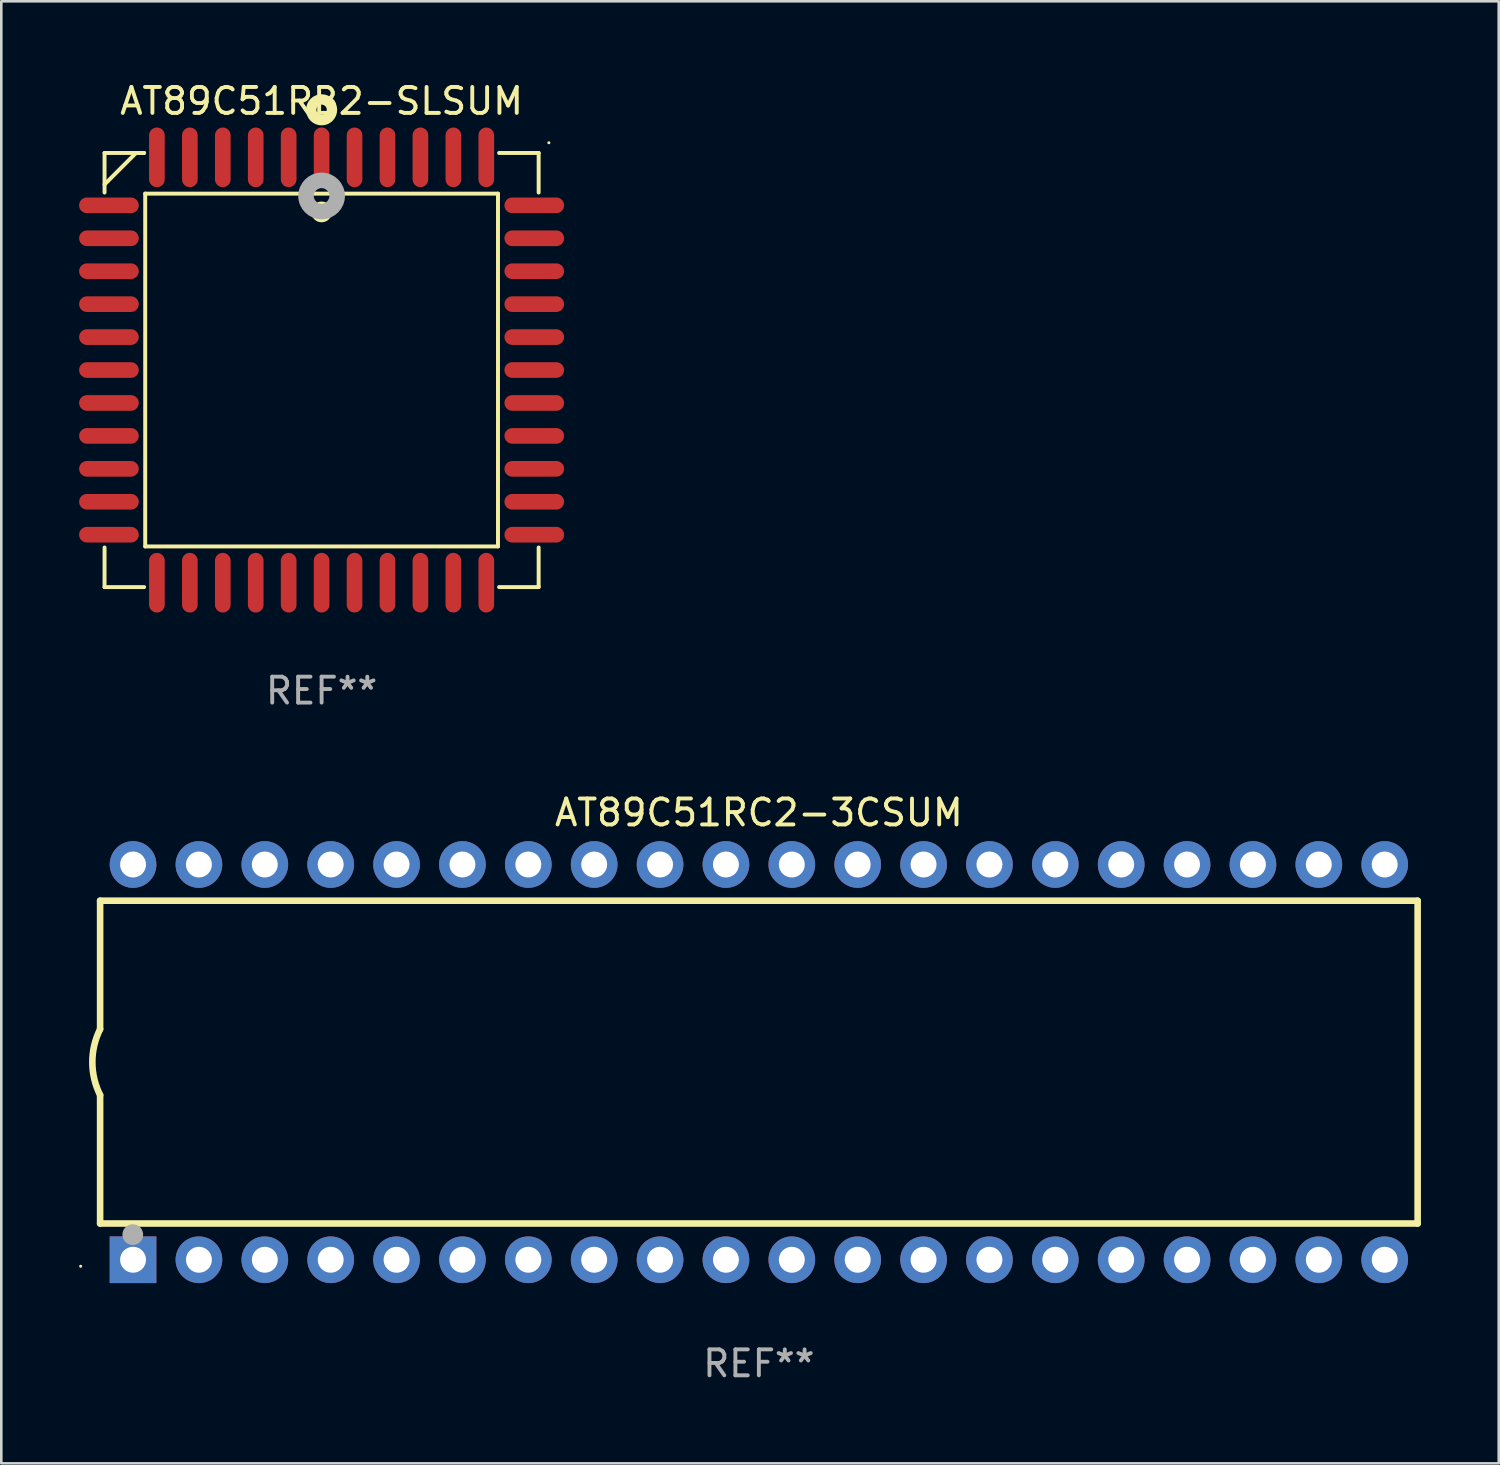
<source format=kicad_pcb>
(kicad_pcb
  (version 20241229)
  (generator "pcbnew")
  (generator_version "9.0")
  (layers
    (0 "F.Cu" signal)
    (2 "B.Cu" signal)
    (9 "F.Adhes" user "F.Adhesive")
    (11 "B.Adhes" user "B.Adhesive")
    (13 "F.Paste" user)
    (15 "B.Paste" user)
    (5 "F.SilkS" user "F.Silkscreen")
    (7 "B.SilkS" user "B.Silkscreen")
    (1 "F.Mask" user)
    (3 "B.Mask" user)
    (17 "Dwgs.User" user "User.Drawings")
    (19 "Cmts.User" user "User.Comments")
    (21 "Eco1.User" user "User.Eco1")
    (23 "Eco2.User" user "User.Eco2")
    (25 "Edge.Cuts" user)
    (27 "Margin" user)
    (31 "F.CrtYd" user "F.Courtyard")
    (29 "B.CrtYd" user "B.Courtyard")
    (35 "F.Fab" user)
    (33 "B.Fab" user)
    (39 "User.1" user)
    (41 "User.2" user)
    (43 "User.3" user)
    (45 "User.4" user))
  (footprint "AT89C51RC2-3CSUM"
    (layer "F.Cu")
    (at 26.21 37.903)
    (property "Reference" "AT89C51RC2-3CSUM" (at 0 -9.62 0) (layer "F.SilkS") (effects (font (size 1 1) (thickness 0.15))))
    (attr through_hole)
    (fp_line (start -25.4 -6.224) (end -25.4 -1.271) (stroke (width 0.254) (type solid)) (layer "F.SilkS"))
    (fp_line (start -25.4 -6.224) (end 25.4 -6.224) (stroke (width 0.254) (type solid)) (layer "F.SilkS"))
    (fp_line (start -25.4 1.269) (end -25.4 6.222) (stroke (width 0.254) (type solid)) (layer "F.SilkS"))
    (fp_line (start -25.4 6.222) (end 25.4 6.222) (stroke (width 0.254) (type solid)) (layer "F.SilkS"))
    (fp_line (start 25.4 6.222) (end 25.4 -6.224) (stroke (width 0.254) (type solid)) (layer "F.SilkS"))
    (fp_arc (start -25.4 1.269241) (mid -25.699807 -0.000762) (end -25.4 -1.270765) (stroke (width 0.254001) (type solid)) (layer "F.SilkS"))
    (fp_circle (center -26.15 7.87) (end -26.12 7.87) (stroke (width 0.06) (type solid)) (fill no) (layer "F.SilkS"))
    (fp_circle (center -24.14 6.65) (end -23.94 6.65) (stroke (width 0.4) (type solid)) (fill no) (layer "F.Fab"))
    (fp_text user "REF**" (at 0 11.62 0) (layer "F.Fab") (effects (font (size 1 1) (thickness 0.15))))
    (pad "1" thru_hole rect (at -24.13 7.62 90) (size 1.8 1.8) (drill 1) (layers "*.Cu" "*.Mask"))
    (pad "2" thru_hole circle (at -21.59 7.62) (size 1.8 1.8) (drill 1) (layers "*.Cu" "*.Mask"))
    (pad "3" thru_hole circle (at -19.05 7.62) (size 1.8 1.8) (drill 1) (layers "*.Cu" "*.Mask"))
    (pad "4" thru_hole circle (at -16.51 7.62) (size 1.8 1.8) (drill 1) (layers "*.Cu" "*.Mask"))
    (pad "5" thru_hole circle (at -13.97 7.62) (size 1.8 1.8) (drill 1) (layers "*.Cu" "*.Mask"))
    (pad "6" thru_hole circle (at -11.43 7.62) (size 1.8 1.8) (drill 1) (layers "*.Cu" "*.Mask"))
    (pad "7" thru_hole circle (at -8.89 7.62) (size 1.8 1.8) (drill 1) (layers "*.Cu" "*.Mask"))
    (pad "8" thru_hole circle (at -6.35 7.62) (size 1.8 1.8) (drill 1) (layers "*.Cu" "*.Mask"))
    (pad "9" thru_hole circle (at -3.81 7.62) (size 1.8 1.8) (drill 1) (layers "*.Cu" "*.Mask"))
    (pad "10" thru_hole circle (at -1.27 7.62) (size 1.8 1.8) (drill 1) (layers "*.Cu" "*.Mask"))
    (pad "11" thru_hole circle (at 1.27 7.62) (size 1.8 1.8) (drill 1) (layers "*.Cu" "*.Mask"))
    (pad "12" thru_hole circle (at 3.81 7.62) (size 1.8 1.8) (drill 1) (layers "*.Cu" "*.Mask"))
    (pad "13" thru_hole circle (at 6.35 7.62) (size 1.8 1.8) (drill 1) (layers "*.Cu" "*.Mask"))
    (pad "14" thru_hole circle (at 8.89 7.62) (size 1.8 1.8) (drill 1) (layers "*.Cu" "*.Mask"))
    (pad "15" thru_hole circle (at 11.43 7.62) (size 1.8 1.8) (drill 1) (layers "*.Cu" "*.Mask"))
    (pad "16" thru_hole circle (at 13.97 7.62) (size 1.8 1.8) (drill 1) (layers "*.Cu" "*.Mask"))
    (pad "17" thru_hole circle (at 16.51 7.62) (size 1.8 1.8) (drill 1) (layers "*.Cu" "*.Mask"))
    (pad "18" thru_hole circle (at 19.05 7.62) (size 1.8 1.8) (drill 1) (layers "*.Cu" "*.Mask"))
    (pad "19" thru_hole circle (at 21.59 7.62) (size 1.8 1.8) (drill 1) (layers "*.Cu" "*.Mask"))
    (pad "20" thru_hole circle (at 24.13 7.62) (size 1.8 1.8) (drill 1) (layers "*.Cu" "*.Mask"))
    (pad "21" thru_hole circle (at 24.13 -7.62) (size 1.8 1.8) (drill 1) (layers "*.Cu" "*.Mask"))
    (pad "22" thru_hole circle (at 21.59 -7.62) (size 1.8 1.8) (drill 1) (layers "*.Cu" "*.Mask"))
    (pad "23" thru_hole circle (at 19.05 -7.62) (size 1.8 1.8) (drill 1) (layers "*.Cu" "*.Mask"))
    (pad "24" thru_hole circle (at 16.51 -7.62) (size 1.8 1.8) (drill 1) (layers "*.Cu" "*.Mask"))
    (pad "25" thru_hole circle (at 13.97 -7.62) (size 1.8 1.8) (drill 1) (layers "*.Cu" "*.Mask"))
    (pad "26" thru_hole circle (at 11.43 -7.62) (size 1.8 1.8) (drill 1) (layers "*.Cu" "*.Mask"))
    (pad "27" thru_hole circle (at 8.89 -7.62) (size 1.8 1.8) (drill 1) (layers "*.Cu" "*.Mask"))
    (pad "28" thru_hole circle (at 6.35 -7.62) (size 1.8 1.8) (drill 1) (layers "*.Cu" "*.Mask"))
    (pad "29" thru_hole circle (at 3.81 -7.62) (size 1.8 1.8) (drill 1) (layers "*.Cu" "*.Mask"))
    (pad "30" thru_hole circle (at 1.27 -7.62) (size 1.8 1.8) (drill 1) (layers "*.Cu" "*.Mask"))
    (pad "31" thru_hole circle (at -1.27 -7.62) (size 1.8 1.8) (drill 1) (layers "*.Cu" "*.Mask"))
    (pad "32" thru_hole circle (at -3.81 -7.62) (size 1.8 1.8) (drill 1) (layers "*.Cu" "*.Mask"))
    (pad "33" thru_hole circle (at -6.35 -7.62) (size 1.8 1.8) (drill 1) (layers "*.Cu" "*.Mask"))
    (pad "34" thru_hole circle (at -8.89 -7.62) (size 1.8 1.8) (drill 1) (layers "*.Cu" "*.Mask"))
    (pad "35" thru_hole circle (at -11.43 -7.62) (size 1.8 1.8) (drill 1) (layers "*.Cu" "*.Mask"))
    (pad "36" thru_hole circle (at -13.97 -7.62) (size 1.8 1.8) (drill 1) (layers "*.Cu" "*.Mask"))
    (pad "37" thru_hole circle (at -16.51 -7.62) (size 1.8 1.8) (drill 1) (layers "*.Cu" "*.Mask"))
    (pad "38" thru_hole circle (at -19.05 -7.62) (size 1.8 1.8) (drill 1) (layers "*.Cu" "*.Mask"))
    (pad "39" thru_hole circle (at -21.59 -7.62) (size 1.8 1.8) (drill 1) (layers "*.Cu" "*.Mask"))
    (pad "40" thru_hole circle (at -24.13 -7.62) (size 1.8 1.8) (drill 1) (layers "*.Cu" "*.Mask")))
  (footprint "AT89C51RB2-SLSUM"
    (layer "F.Cu")
    (at 9.35 11.217)
    (property "Reference" "AT89C51RB2-SLSUM" (at 0 -10.369 0) (layer "F.SilkS") (effects (font (size 1 1) (thickness 0.15))))
    (attr through_hole)
    (fp_line (start -8.369 -8.369) (end -8.369 -6.843) (stroke (width 0.152) (type solid)) (layer "F.SilkS"))
    (fp_line (start -8.369 8.369) (end -8.369 6.843) (stroke (width 0.152) (type solid)) (layer "F.SilkS"))
    (fp_line (start -7.156 -8.369) (end -8.369 -7.156) (stroke (width 0.152) (type solid)) (layer "F.SilkS"))
    (fp_line (start -6.843 -8.369) (end -8.369 -8.369) (stroke (width 0.152) (type solid)) (layer "F.SilkS"))
    (fp_line (start -6.843 -8.369) (end -7.156 -8.369) (stroke (width 0.152) (type solid)) (layer "F.SilkS"))
    (fp_line (start -6.843 8.369) (end -8.369 8.369) (stroke (width 0.152) (type solid)) (layer "F.SilkS"))
    (fp_line (start -6.801 -6.801) (end 6.801 -6.801) (stroke (width 0.152) (type solid)) (layer "F.SilkS"))
    (fp_line (start -6.801 6.801) (end -6.801 -6.801) (stroke (width 0.152) (type solid)) (layer "F.SilkS"))
    (fp_line (start 6.801 -6.801) (end 6.801 6.801) (stroke (width 0.152) (type solid)) (layer "F.SilkS"))
    (fp_line (start 6.801 6.801) (end -6.801 6.801) (stroke (width 0.152) (type solid)) (layer "F.SilkS"))
    (fp_line (start 6.843 -8.369) (end 8.369 -8.369) (stroke (width 0.152) (type solid)) (layer "F.SilkS"))
    (fp_line (start 6.843 8.369) (end 8.369 8.369) (stroke (width 0.152) (type solid)) (layer "F.SilkS"))
    (fp_line (start 8.369 -8.369) (end 8.369 -6.843) (stroke (width 0.152) (type solid)) (layer "F.SilkS"))
    (fp_line (start 8.369 8.369) (end 8.369 6.843) (stroke (width 0.152) (type solid)) (layer "F.SilkS"))
    (fp_circle (center -0.000013 -6.096) (end 0.2 -6.096) (stroke (width 0.4) (type solid)) (fill no) (layer "F.SilkS"))
    (fp_circle (center 0.000114 -10.033) (end 0.2 -10.033) (stroke (width 0.4) (type solid)) (fill no) (layer "F.SilkS"))
    (fp_circle (center 8.763 -8.763) (end 8.793 -8.763) (stroke (width 0.06) (type solid)) (fill no) (layer "F.SilkS"))
    (fp_circle (center 0.000114 -6.712) (end 0.3 -6.712) (stroke (width 0.6) (type solid)) (fill no) (layer "F.Fab"))
    (fp_text user "REF**" (at 0 12.369 0) (layer "F.Fab") (effects (font (size 1 1) (thickness 0.15))))
    (pad "1" smd oval (at 0.000114 -8.2) (size 0.604 2.3) (layers "F.Cu" "F.Mask" "F.Paste"))
    (pad "2" smd oval (at -1.27 -8.2) (size 0.604 2.3) (layers "F.Cu" "F.Mask" "F.Paste"))
    (pad "3" smd oval (at -2.54 -8.2) (size 0.604 2.3) (layers "F.Cu" "F.Mask" "F.Paste"))
    (pad "4" smd oval (at -3.81 -8.2) (size 0.604 2.3) (layers "F.Cu" "F.Mask" "F.Paste"))
    (pad "5" smd oval (at -5.08 -8.2) (size 0.604 2.3) (layers "F.Cu" "F.Mask" "F.Paste"))
    (pad "6" smd oval (at -6.35 -8.2) (size 0.604 2.3) (layers "F.Cu" "F.Mask" "F.Paste"))
    (pad "7" smd oval (at -8.2 -6.35) (size 2.3 0.604) (layers "F.Cu" "F.Mask" "F.Paste"))
    (pad "8" smd oval (at -8.2 -5.08) (size 2.3 0.604) (layers "F.Cu" "F.Mask" "F.Paste"))
    (pad "9" smd oval (at -8.2 -3.81) (size 2.3 0.604) (layers "F.Cu" "F.Mask" "F.Paste"))
    (pad "10" smd oval (at -8.2 -2.54) (size 2.3 0.604) (layers "F.Cu" "F.Mask" "F.Paste"))
    (pad "11" smd oval (at -8.2 -1.27) (size 2.3 0.604) (layers "F.Cu" "F.Mask" "F.Paste"))
    (pad "12" smd oval (at -8.2 0.000127) (size 2.3 0.604) (layers "F.Cu" "F.Mask" "F.Paste"))
    (pad "13" smd oval (at -8.2 1.27) (size 2.3 0.604) (layers "F.Cu" "F.Mask" "F.Paste"))
    (pad "14" smd oval (at -8.2 2.54) (size 2.3 0.604) (layers "F.Cu" "F.Mask" "F.Paste"))
    (pad "15" smd oval (at -8.2 3.81) (size 2.3 0.604) (layers "F.Cu" "F.Mask" "F.Paste"))
    (pad "16" smd oval (at -8.2 5.08) (size 2.3 0.604) (layers "F.Cu" "F.Mask" "F.Paste"))
    (pad "17" smd oval (at -8.2 6.35) (size 2.3 0.604) (layers "F.Cu" "F.Mask" "F.Paste"))
    (pad "18" smd oval (at -6.35 8.2) (size 0.604 2.3) (layers "F.Cu" "F.Mask" "F.Paste"))
    (pad "19" smd oval (at -5.08 8.2) (size 0.604 2.3) (layers "F.Cu" "F.Mask" "F.Paste"))
    (pad "20" smd oval (at -3.81 8.2) (size 0.604 2.3) (layers "F.Cu" "F.Mask" "F.Paste"))
    (pad "21" smd oval (at -2.54 8.2) (size 0.604 2.3) (layers "F.Cu" "F.Mask" "F.Paste"))
    (pad "22" smd oval (at -1.27 8.2) (size 0.604 2.3) (layers "F.Cu" "F.Mask" "F.Paste"))
    (pad "23" smd oval (at 0.000114 8.2) (size 0.604 2.3) (layers "F.Cu" "F.Mask" "F.Paste"))
    (pad "24" smd oval (at 1.27 8.2) (size 0.604 2.3) (layers "F.Cu" "F.Mask" "F.Paste"))
    (pad "25" smd oval (at 2.54 8.2) (size 0.604 2.3) (layers "F.Cu" "F.Mask" "F.Paste"))
    (pad "26" smd oval (at 3.81 8.2) (size 0.604 2.3) (layers "F.Cu" "F.Mask" "F.Paste"))
    (pad "27" smd oval (at 5.08 8.2) (size 0.604 2.3) (layers "F.Cu" "F.Mask" "F.Paste"))
    (pad "28" smd oval (at 6.35 8.2) (size 0.604 2.3) (layers "F.Cu" "F.Mask" "F.Paste"))
    (pad "29" smd oval (at 8.2 6.35) (size 2.3 0.604) (layers "F.Cu" "F.Mask" "F.Paste"))
    (pad "30" smd oval (at 8.2 5.08) (size 2.3 0.604) (layers "F.Cu" "F.Mask" "F.Paste"))
    (pad "31" smd oval (at 8.2 3.81) (size 2.3 0.604) (layers "F.Cu" "F.Mask" "F.Paste"))
    (pad "32" smd oval (at 8.2 2.54) (size 2.3 0.604) (layers "F.Cu" "F.Mask" "F.Paste"))
    (pad "33" smd oval (at 8.2 1.27) (size 2.3 0.604) (layers "F.Cu" "F.Mask" "F.Paste"))
    (pad "34" smd oval (at 8.2 0.000127) (size 2.3 0.604) (layers "F.Cu" "F.Mask" "F.Paste"))
    (pad "35" smd oval (at 8.2 -1.27) (size 2.3 0.604) (layers "F.Cu" "F.Mask" "F.Paste"))
    (pad "36" smd oval (at 8.2 -2.54) (size 2.3 0.604) (layers "F.Cu" "F.Mask" "F.Paste"))
    (pad "37" smd oval (at 8.2 -3.81) (size 2.3 0.604) (layers "F.Cu" "F.Mask" "F.Paste"))
    (pad "38" smd oval (at 8.2 -5.08) (size 2.3 0.604) (layers "F.Cu" "F.Mask" "F.Paste"))
    (pad "39" smd oval (at 8.2 -6.35) (size 2.3 0.604) (layers "F.Cu" "F.Mask" "F.Paste"))
    (pad "40" smd oval (at 6.35 -8.2) (size 0.604 2.3) (layers "F.Cu" "F.Mask" "F.Paste"))
    (pad "41" smd oval (at 5.08 -8.2) (size 0.604 2.3) (layers "F.Cu" "F.Mask" "F.Paste"))
    (pad "42" smd oval (at 3.81 -8.2) (size 0.604 2.3) (layers "F.Cu" "F.Mask" "F.Paste"))
    (pad "43" smd oval (at 2.54 -8.2) (size 0.604 2.3) (layers "F.Cu" "F.Mask" "F.Paste"))
    (pad "44" smd oval (at 1.27 -8.2) (size 0.604 2.3) (layers "F.Cu" "F.Mask" "F.Paste")))
  (gr_rect
    (start -3 -3)
    (end 54.737 53.372)
    (stroke (width 0.1) (type default))
    (fill no)
    (layer "Edge.Cuts")))
</source>
